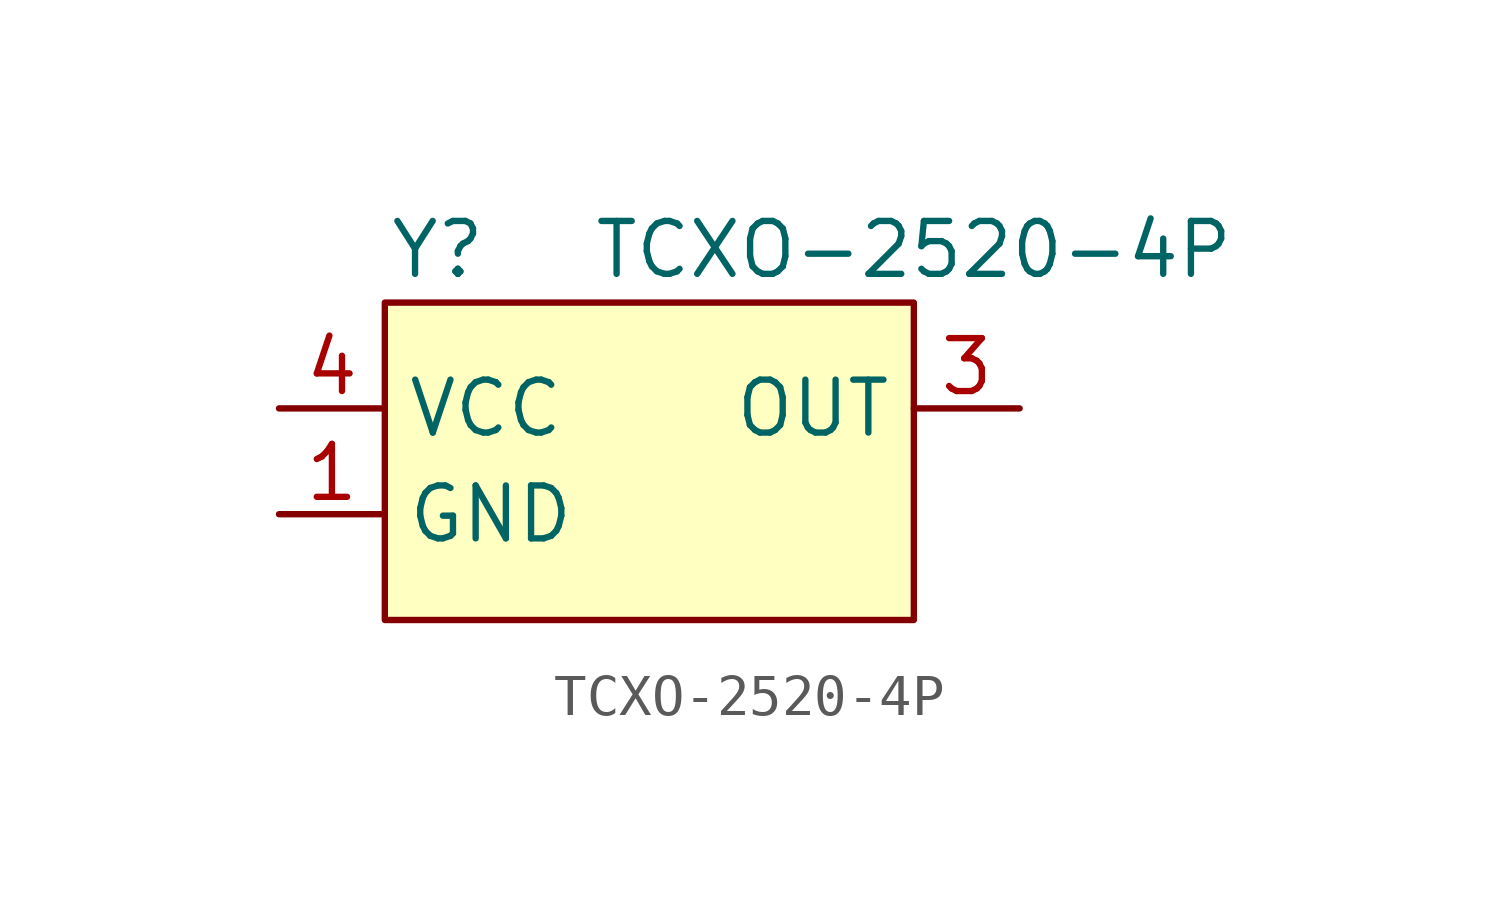
<source format=kicad_sym>
(kicad_symbol_lib
  (version 20231120)
  (generator "kicad_symbol_editor")
  (generator_version "8.0")
  (symbol "TCXO-2520-4P"
    (property "Reference" "Y"
      (at -5.08 5.08 0)
      (effects (font (size 1.27 1.27))))
    (property "Value" "TCXO-2520-4P"
      (at 6.35 5.08 0)
      (effects (font (size 1.27 1.27))))
    (symbol "TCXO-2520-4P_1_1"
      (rectangle (start -6.35 3.81) (end 6.35 -3.81) (stroke (width 0) (type default)) (fill (type background)))
      (pin power_in line (at -8.89 -1.27 0) (length 2.54) (name "GND" (effects (font (size 1.27 1.27)))) (number "1" (effects (font (size 1.27 1.27)))))
      (pin power_in line (at -8.89 -1.27 0) (length 2.54) hide (name "GND" (effects (font (size 1.27 1.27)))) (number "2" (effects (font (size 1.27 1.27)))))
      (pin output line (at 8.89 1.27 180) (length 2.54) (name "OUT" (effects (font (size 1.27 1.27)))) (number "3" (effects (font (size 1.27 1.27)))))
      (pin power_in line (at -8.89 1.27 0) (length 2.54) (name "VCC" (effects (font (size 1.27 1.27)))) (number "4" (effects (font (size 1.27 1.27))))))))
</source>
